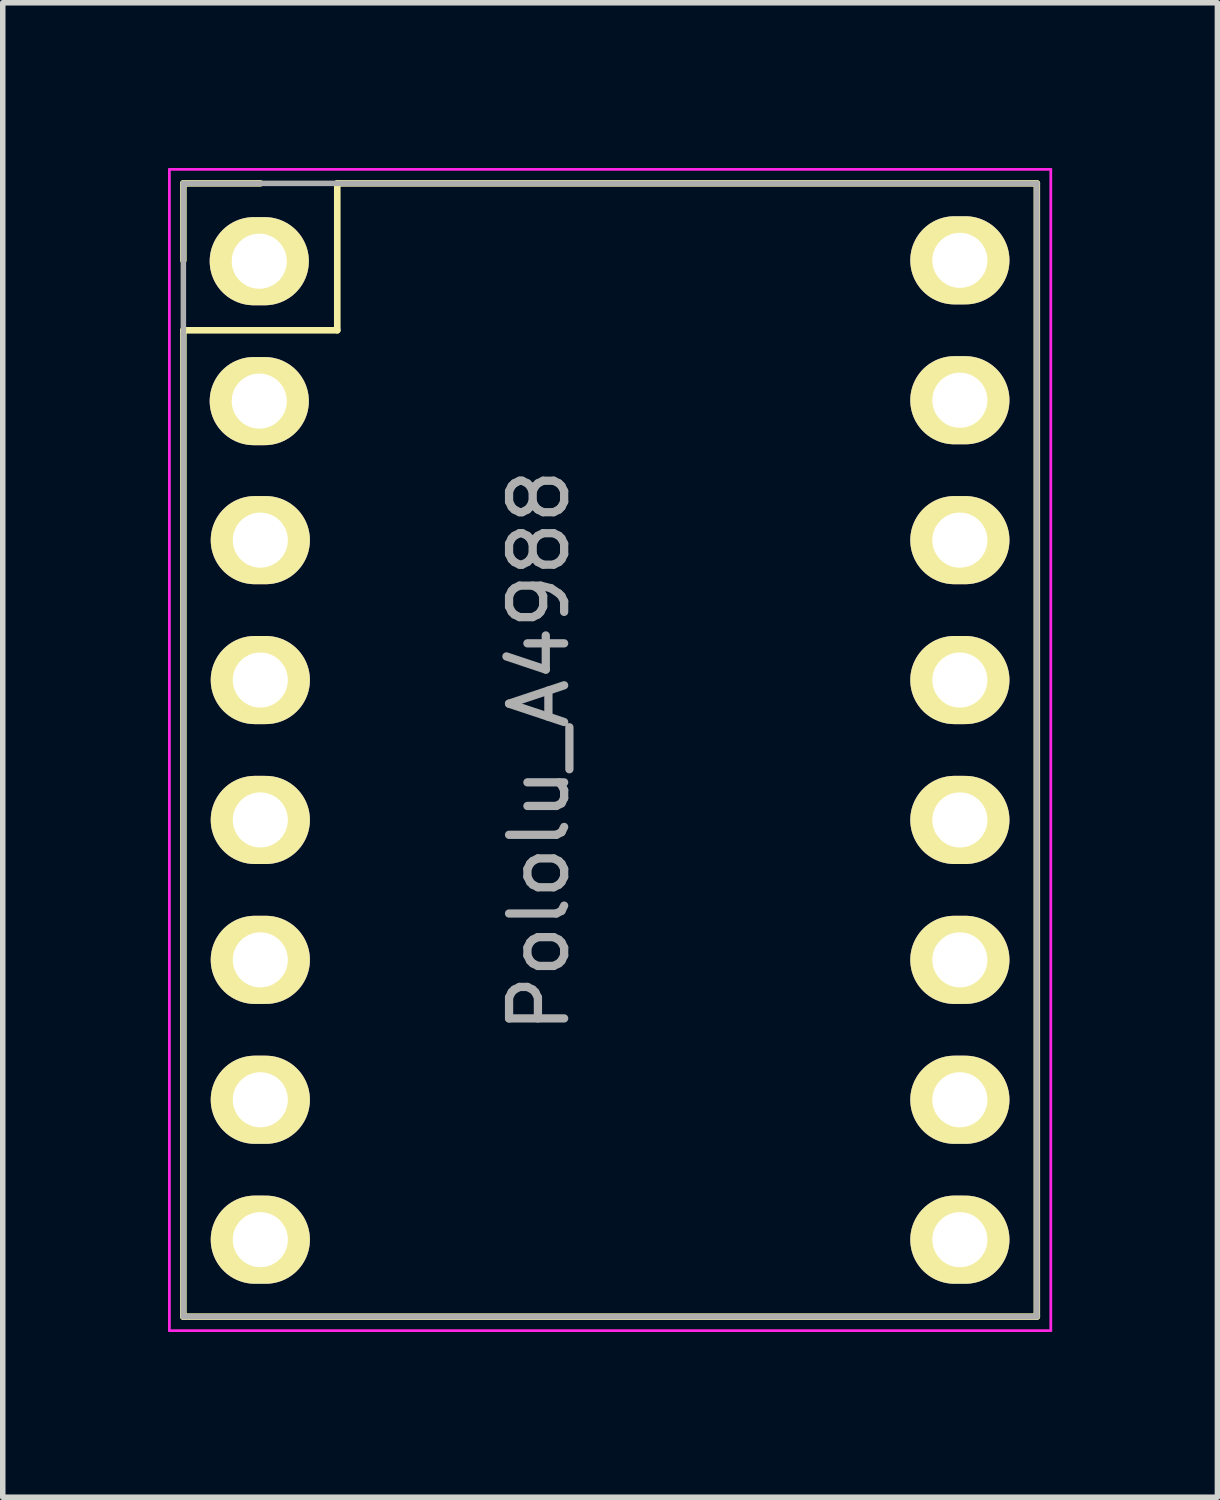
<source format=kicad_pcb>
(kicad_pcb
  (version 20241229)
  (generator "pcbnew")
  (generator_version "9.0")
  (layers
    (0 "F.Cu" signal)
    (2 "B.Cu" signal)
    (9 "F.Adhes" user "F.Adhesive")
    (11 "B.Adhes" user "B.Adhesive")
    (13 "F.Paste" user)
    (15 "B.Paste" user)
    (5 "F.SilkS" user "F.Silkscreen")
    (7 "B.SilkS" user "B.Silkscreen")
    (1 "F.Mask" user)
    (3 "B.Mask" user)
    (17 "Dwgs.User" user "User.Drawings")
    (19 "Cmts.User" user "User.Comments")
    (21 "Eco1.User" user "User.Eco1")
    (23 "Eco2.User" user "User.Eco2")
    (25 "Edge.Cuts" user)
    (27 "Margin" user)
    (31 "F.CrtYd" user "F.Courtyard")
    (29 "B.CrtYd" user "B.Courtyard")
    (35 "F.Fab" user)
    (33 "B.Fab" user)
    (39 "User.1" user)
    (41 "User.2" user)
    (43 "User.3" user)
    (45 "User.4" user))
  (footprint "Pololu_A4988"
    (layer "F.Cu")
    (at 1.676 1.676)
    (property "Reference" "Pololu_A4988" (at 5.061 8.906 90) (layer "F.Fab") (effects (font (size 1 1) (thickness 0.15))))
    (attr through_hole)
    (fp_line (start -1.397 -1.397) (end -1.397 0) (stroke (width 0.12) (type solid)) (layer "F.SilkS"))
    (fp_line (start -1.397 1.27) (end 1.397 1.27) (stroke (width 0.12) (type solid)) (layer "F.SilkS"))
    (fp_line (start -1.397 19.177) (end -1.397 1.27) (stroke (width 0.12) (type solid)) (layer "F.SilkS"))
    (fp_line (start 0 -1.397) (end -1.397 -1.397) (stroke (width 0.12) (type solid)) (layer "F.SilkS"))
    (fp_line (start 1.397 -1.397) (end 14.097 -1.397) (stroke (width 0.12) (type solid)) (layer "F.SilkS"))
    (fp_line (start 1.397 1.27) (end 1.397 -1.397) (stroke (width 0.12) (type solid)) (layer "F.SilkS"))
    (fp_line (start 14.097 -1.397) (end 14.097 19.177) (stroke (width 0.12) (type solid)) (layer "F.SilkS"))
    (fp_line (start 14.097 19.177) (end -1.397 19.177) (stroke (width 0.12) (type solid)) (layer "F.SilkS"))
    (fp_line (start -1.651 -1.651) (end -1.651 19.431) (stroke (width 0.05) (type solid)) (layer "F.CrtYd"))
    (fp_line (start -1.651 -1.651) (end 14.351 -1.651) (stroke (width 0.05) (type solid)) (layer "F.CrtYd"))
    (fp_line (start 14.351 -1.651) (end 14.351 19.431) (stroke (width 0.05) (type solid)) (layer "F.CrtYd"))
    (fp_line (start 14.351 19.431) (end -1.651 19.431) (stroke (width 0.05) (type solid)) (layer "F.CrtYd"))
    (fp_line (start -1.397 -1.397) (end -1.397 19.177) (stroke (width 0.1) (type solid)) (layer "F.Fab"))
    (fp_line (start -1.397 19.177) (end 14.097 19.177) (stroke (width 0.1) (type solid)) (layer "F.Fab"))
    (fp_line (start 14.097 -1.397) (end -1.397 -1.397) (stroke (width 0.1) (type solid)) (layer "F.Fab"))
    (fp_line (start 14.097 19.177) (end 14.097 -1.397) (stroke (width 0.1) (type solid)) (layer "F.Fab"))
    (pad "1" thru_hole oval (at -0.019 0.016 270) (size 1.6 1.8) (drill 1) (layers "*.Cu" "*.Mask" "F.SilkS"))
    (pad "2" thru_hole oval (at -0.019 2.556 270) (size 1.6 1.8) (drill 1) (layers "*.Cu" "*.Mask" "F.SilkS"))
    (pad "3" thru_hole oval (at 0 5.08 270) (size 1.6 1.8) (drill 1) (layers "*.Cu" "*.Mask" "F.SilkS"))
    (pad "4" thru_hole oval (at 0 7.62 270) (size 1.6 1.8) (drill 1) (layers "*.Cu" "*.Mask" "F.SilkS"))
    (pad "5" thru_hole oval (at 0 10.16 270) (size 1.6 1.8) (drill 1) (layers "*.Cu" "*.Mask" "F.SilkS"))
    (pad "6" thru_hole oval (at 0 12.7 270) (size 1.6 1.8) (drill 1) (layers "*.Cu" "*.Mask" "F.SilkS"))
    (pad "7" thru_hole oval (at 0 15.24 270) (size 1.6 1.8) (drill 1) (layers "*.Cu" "*.Mask" "F.SilkS"))
    (pad "8" thru_hole oval (at 0 17.78 270) (size 1.6 1.8) (drill 1) (layers "*.Cu" "*.Mask" "F.SilkS"))
    (pad "9" thru_hole oval (at 12.7 17.78 270) (size 1.6 1.8) (drill 1) (layers "*.Cu" "*.Mask" "F.SilkS"))
    (pad "10" thru_hole oval (at 12.7 15.24 270) (size 1.6 1.8) (drill 1) (layers "*.Cu" "*.Mask" "F.SilkS"))
    (pad "11" thru_hole oval (at 12.7 12.7 270) (size 1.6 1.8) (drill 1) (layers "*.Cu" "*.Mask" "F.SilkS"))
    (pad "12" thru_hole oval (at 12.7 10.16 270) (size 1.6 1.8) (drill 1) (layers "*.Cu" "*.Mask" "F.SilkS"))
    (pad "13" thru_hole oval (at 12.7 7.62 270) (size 1.6 1.8) (drill 1) (layers "*.Cu" "*.Mask" "F.SilkS"))
    (pad "14" thru_hole oval (at 12.7 5.08 270) (size 1.6 1.8) (drill 1) (layers "*.Cu" "*.Mask" "F.SilkS"))
    (pad "15" thru_hole oval (at 12.7 2.54 270) (size 1.6 1.8) (drill 1) (layers "*.Cu" "*.Mask" "F.SilkS"))
    (pad "16" thru_hole oval (at 12.7 0 270) (size 1.6 1.8) (drill 1) (layers "*.Cu" "*.Mask" "F.SilkS")))
  (gr_rect
    (start -3 -3)
    (end 19.052 24.132)
    (stroke (width 0.1) (type default))
    (fill no)
    (layer "Edge.Cuts")))
</source>
